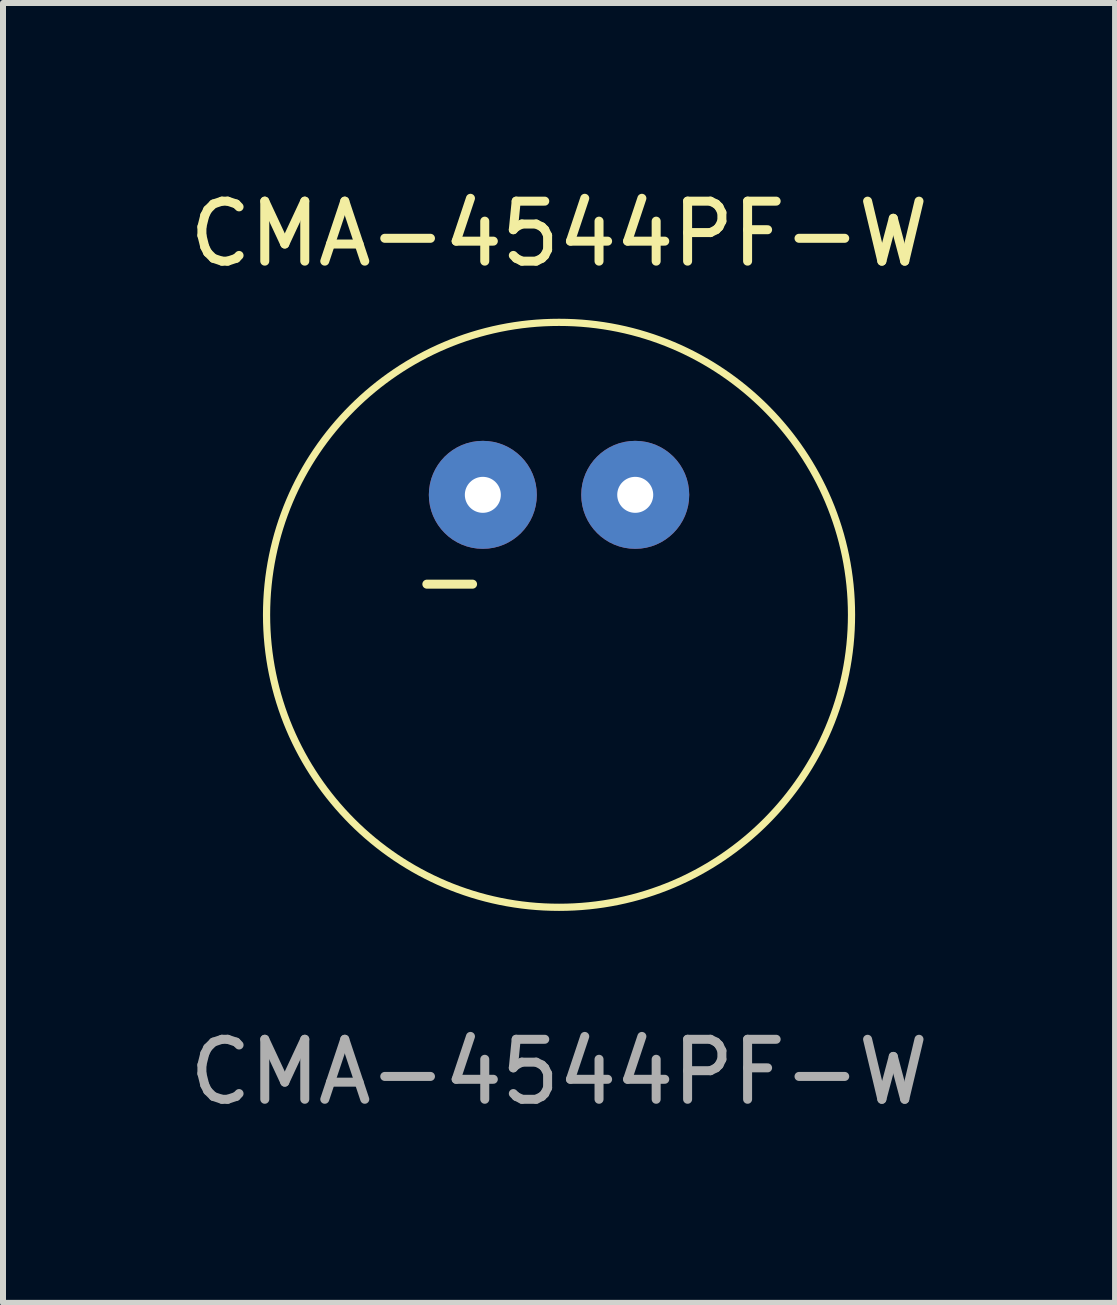
<source format=kicad_pcb>
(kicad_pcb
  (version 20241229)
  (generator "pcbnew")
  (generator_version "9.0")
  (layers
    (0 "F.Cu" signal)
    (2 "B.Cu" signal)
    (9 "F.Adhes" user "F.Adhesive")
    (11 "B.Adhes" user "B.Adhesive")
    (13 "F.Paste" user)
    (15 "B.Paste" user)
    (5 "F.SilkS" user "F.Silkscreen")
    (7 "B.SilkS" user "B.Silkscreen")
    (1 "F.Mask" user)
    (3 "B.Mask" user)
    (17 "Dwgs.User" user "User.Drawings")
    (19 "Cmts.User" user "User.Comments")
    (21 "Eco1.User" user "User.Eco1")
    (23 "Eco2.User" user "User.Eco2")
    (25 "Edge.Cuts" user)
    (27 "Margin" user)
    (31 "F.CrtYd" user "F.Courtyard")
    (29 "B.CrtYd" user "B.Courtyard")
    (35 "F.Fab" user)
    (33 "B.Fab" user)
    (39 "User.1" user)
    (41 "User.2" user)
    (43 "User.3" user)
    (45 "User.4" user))
  (footprint "CMA-4544PF-W"
    (layer "F.Cu")
    (at 6.268 7.198)
    (property "Reference" "CMA-4544PF-W" (at 0 -6.35 0) (unlocked yes) (layer "F.SilkS") (effects (font (size 1 1) (thickness 0.15))))
    (attr through_hole)
    (fp_circle (center 0 0) (end 4.875 0) (stroke (width 0.12) (type default)) (fill no) (layer "F.SilkS"))
    (fp_text user "-" (at -2.54 0 0) (unlocked yes) (layer "F.SilkS") (effects (font (size 1 1) (thickness 0.15)) (justify left bottom)))
    (fp_text user "${REFERENCE}" (at 0 7.62 0) (unlocked yes) (layer "F.Fab") (effects (font (size 1 1) (thickness 0.15))))
    (pad "1" thru_hole circle (at 1.27 -2) (size 1.8 1.8) (drill 0.6) (layers "*.Cu" "*.Mask"))
    (pad "2" thru_hole circle (at -1.27 -2) (size 1.8 1.8) (drill 0.6) (layers "*.Cu" "*.Mask")))
  (gr_rect
    (start -3 -3)
    (end 15.536 18.666)
    (stroke (width 0.1) (type default))
    (fill no)
    (layer "Edge.Cuts")))
</source>
